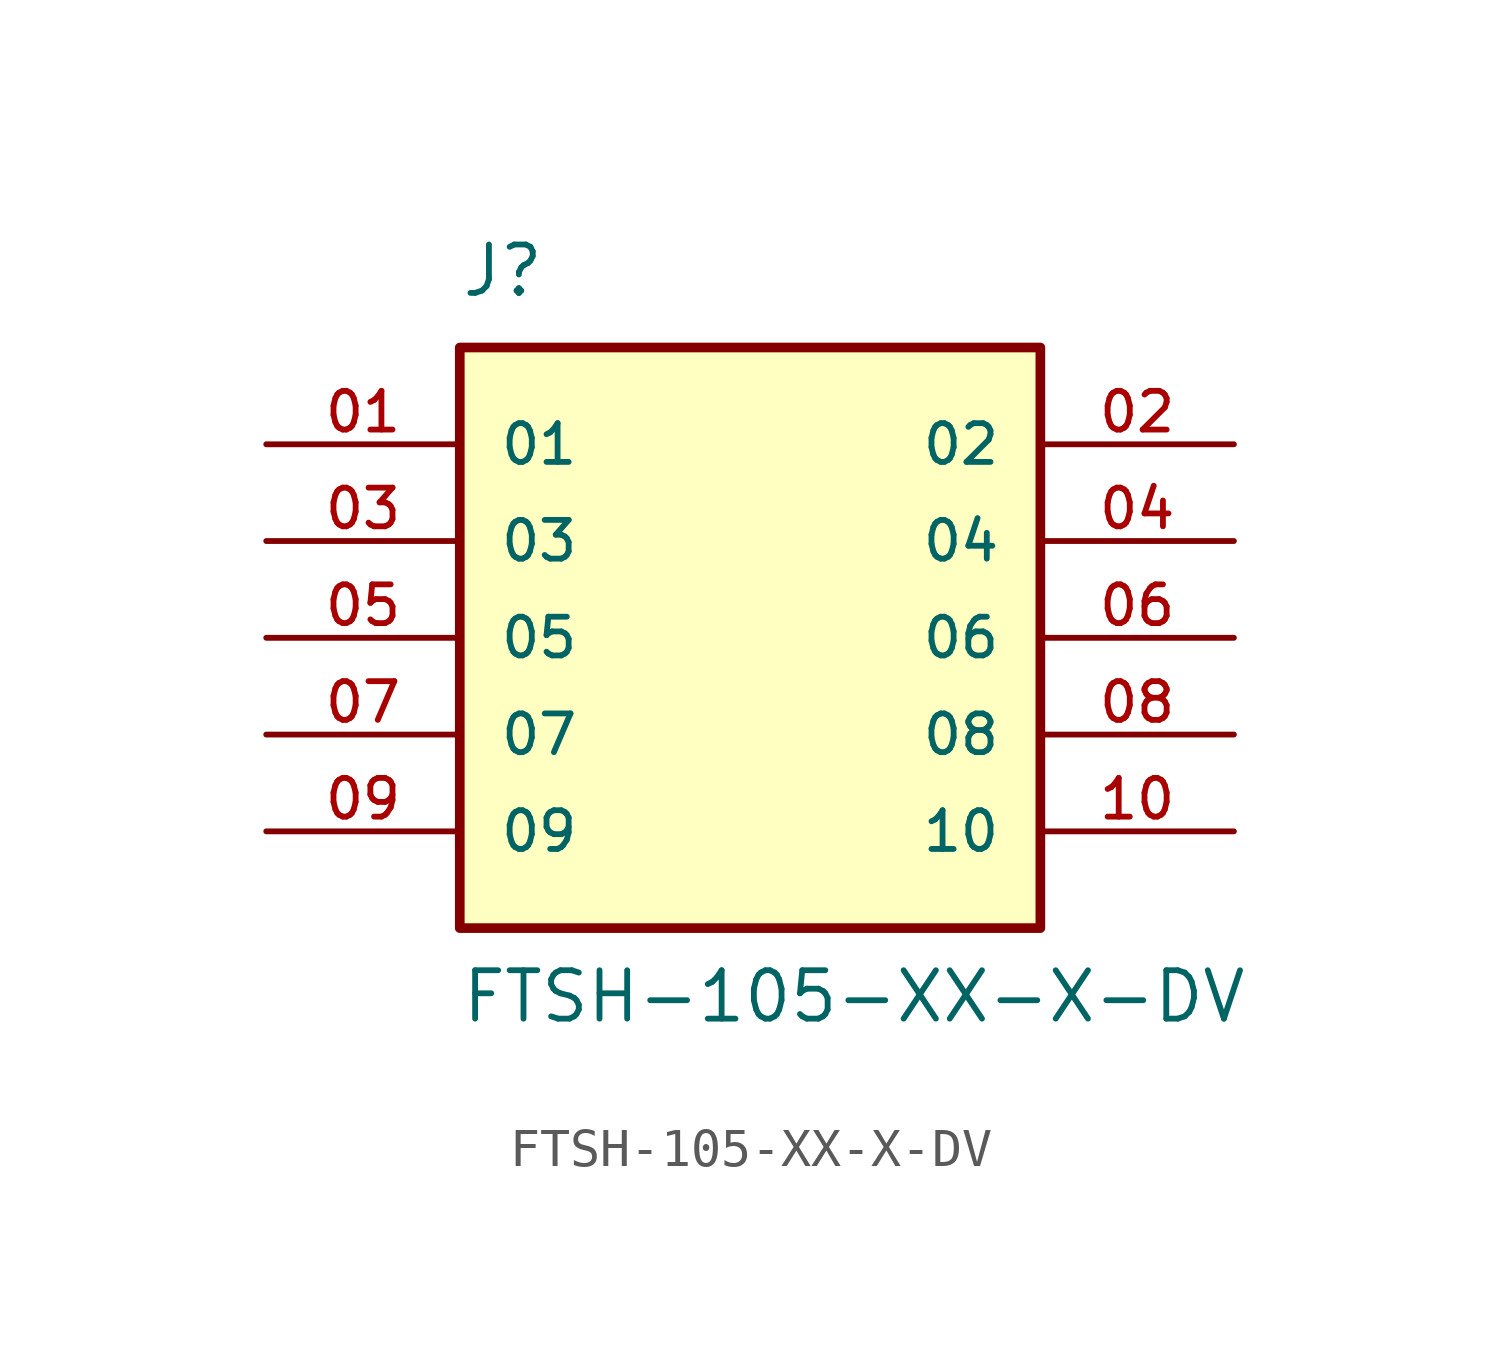
<source format=kicad_sym>
(kicad_symbol_lib
  (version 20220914)
  (generator kicad_symbol_editor)
  (symbol "FTSH-105-XX-X-DV"
    (pin_names
      (offset 1.016))
    (property "Reference" "J"
      (at -7.62 8.89 0)
      (effects (font (size 1.27 1.27)) (justify left bottom)))
    (property "Value" "FTSH-105-XX-X-DV"
      (at -7.62 -10.16 0)
      (effects (font (size 1.27 1.27)) (justify left bottom)))
    (property "ki_locked" ""
      (at 0 0 0)
      (effects (font (size 1.27 1.27))))
    (symbol "FTSH-105-XX-X-DV_0_0"
      (rectangle (start -7.62 -7.62) (end 7.62 7.62) (stroke (width 0.254) (type solid)) (fill (type background)))
      (pin passive line (at -12.7 5.08 0) (length 5.08) (name "01" (effects (font (size 1.016 1.016)))) (number "01" (effects (font (size 1.016 1.016)))))
      (pin passive line (at 12.7 5.08 180) (length 5.08) (name "02" (effects (font (size 1.016 1.016)))) (number "02" (effects (font (size 1.016 1.016)))))
      (pin passive line (at -12.7 2.54 0) (length 5.08) (name "03" (effects (font (size 1.016 1.016)))) (number "03" (effects (font (size 1.016 1.016)))))
      (pin passive line (at 12.7 2.54 180) (length 5.08) (name "04" (effects (font (size 1.016 1.016)))) (number "04" (effects (font (size 1.016 1.016)))))
      (pin passive line (at -12.7 0 0) (length 5.08) (name "05" (effects (font (size 1.016 1.016)))) (number "05" (effects (font (size 1.016 1.016)))))
      (pin passive line (at 12.7 0 180) (length 5.08) (name "06" (effects (font (size 1.016 1.016)))) (number "06" (effects (font (size 1.016 1.016)))))
      (pin passive line (at -12.7 -2.54 0) (length 5.08) (name "07" (effects (font (size 1.016 1.016)))) (number "07" (effects (font (size 1.016 1.016)))))
      (pin passive line (at 12.7 -2.54 180) (length 5.08) (name "08" (effects (font (size 1.016 1.016)))) (number "08" (effects (font (size 1.016 1.016)))))
      (pin passive line (at -12.7 -5.08 0) (length 5.08) (name "09" (effects (font (size 1.016 1.016)))) (number "09" (effects (font (size 1.016 1.016)))))
      (pin passive line (at 12.7 -5.08 180) (length 5.08) (name "10" (effects (font (size 1.016 1.016)))) (number "10" (effects (font (size 1.016 1.016))))))))
</source>
